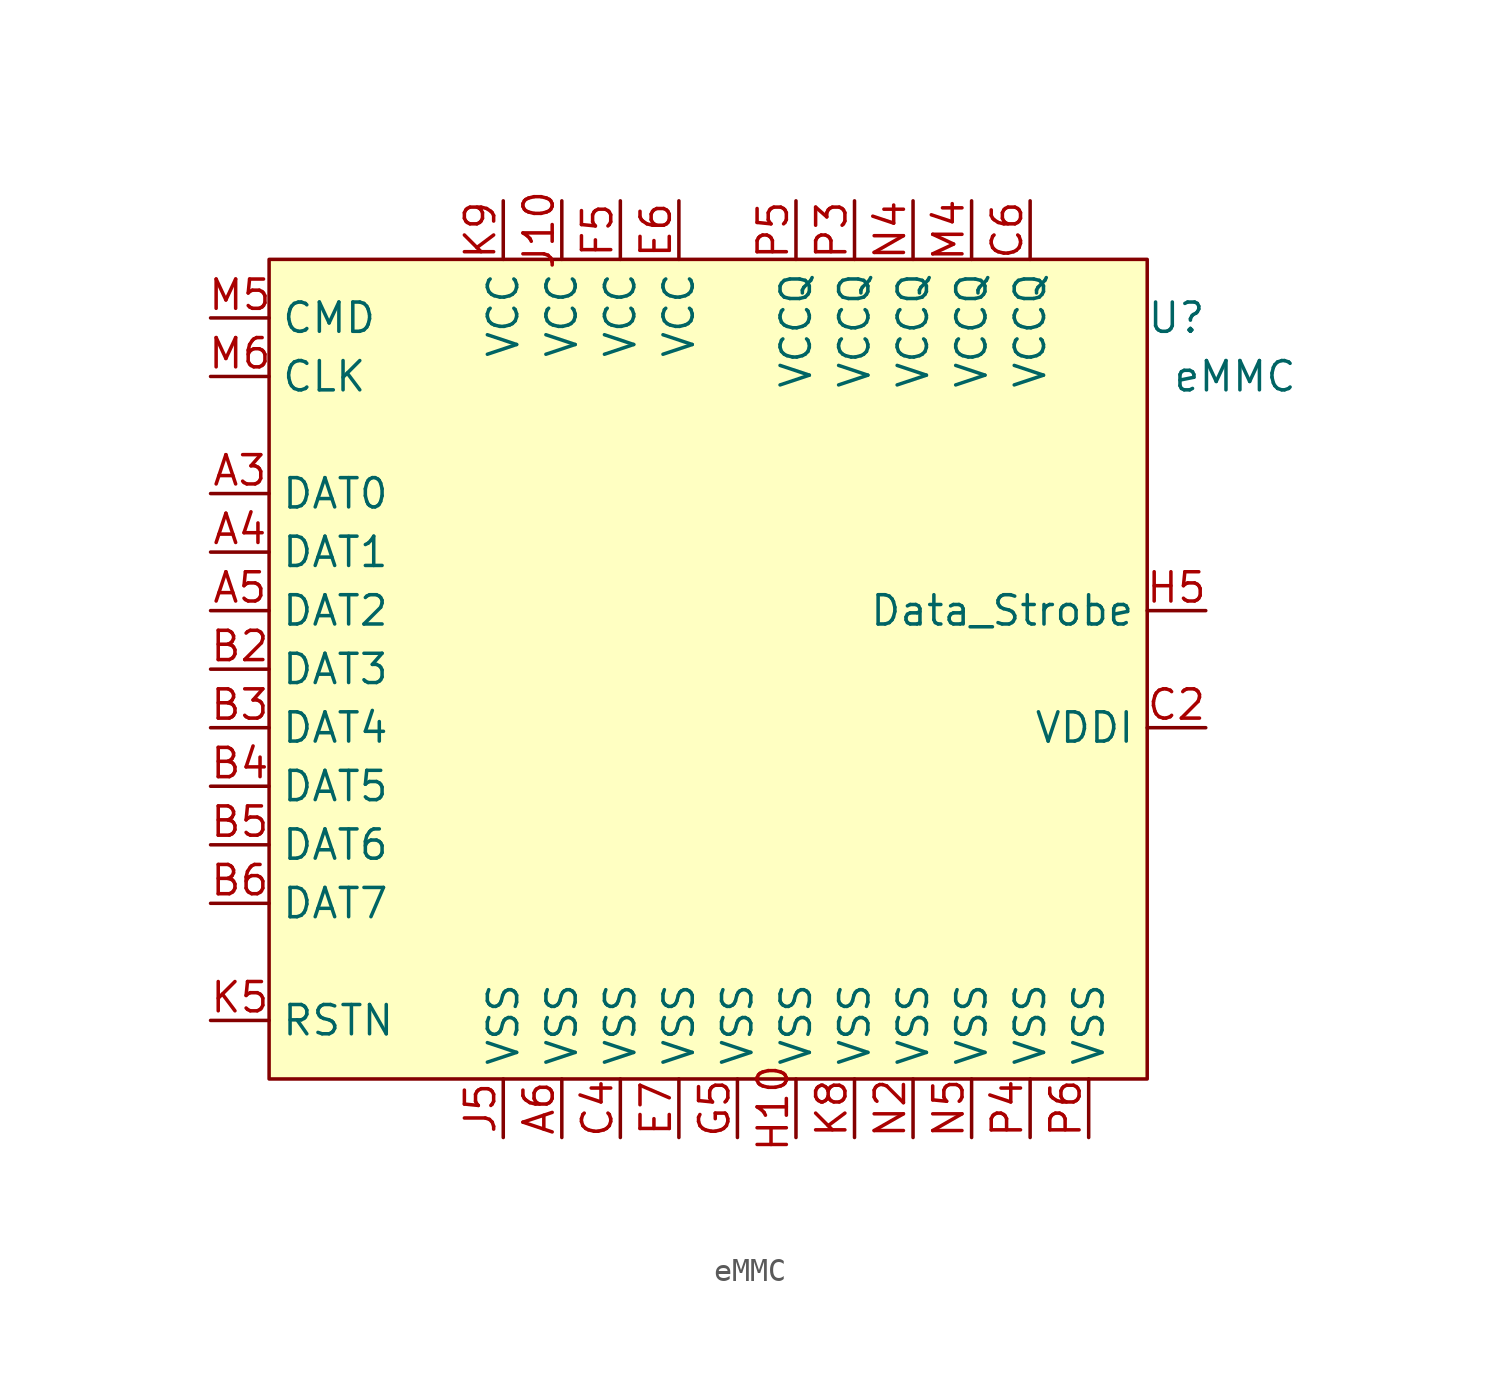
<source format=kicad_sym>
(kicad_symbol_lib
  (version 20220914)
  (generator kicad_symbol_editor)
  (symbol "eMMC"
    (property "Reference" "U"
      (at 20.32 13.97 0)
      (effects (font (size 1.27 1.27))))
    (property "Value" "eMMC"
      (at 22.86 11.43 0)
      (effects (font (size 1.27 1.27))))
    (symbol "eMMC_0_0"
      (pin unspecified line (at -21.59 6.35 0) (length 2.54) (name "DAT0" (effects (font (size 1.27 1.27)))) (number "A3" (effects (font (size 1.27 1.27)))))
      (pin unspecified line (at -21.59 3.81 0) (length 2.54) (name "DAT1" (effects (font (size 1.27 1.27)))) (number "A4" (effects (font (size 1.27 1.27)))))
      (pin unspecified line (at -21.59 1.27 0) (length 2.54) (name "DAT2" (effects (font (size 1.27 1.27)))) (number "A5" (effects (font (size 1.27 1.27)))))
      (pin unspecified line (at -6.35 -21.59 90) (length 2.54) (name "VSS" (effects (font (size 1.27 1.27)))) (number "A6" (effects (font (size 1.27 1.27)))))
      (pin unspecified line (at -21.59 -1.27 0) (length 2.54) (name "DAT3" (effects (font (size 1.27 1.27)))) (number "B2" (effects (font (size 1.27 1.27)))))
      (pin unspecified line (at -21.59 -3.81 0) (length 2.54) (name "DAT4" (effects (font (size 1.27 1.27)))) (number "B3" (effects (font (size 1.27 1.27)))))
      (pin unspecified line (at -21.59 -6.35 0) (length 2.54) (name "DAT5" (effects (font (size 1.27 1.27)))) (number "B4" (effects (font (size 1.27 1.27)))))
      (pin unspecified line (at -21.59 -8.89 0) (length 2.54) (name "DAT6" (effects (font (size 1.27 1.27)))) (number "B5" (effects (font (size 1.27 1.27)))))
      (pin unspecified line (at -21.59 -11.43 0) (length 2.54) (name "DAT7" (effects (font (size 1.27 1.27)))) (number "B6" (effects (font (size 1.27 1.27)))))
      (pin unspecified line (at 21.59 -3.81 180) (length 2.54) (name "VDDI" (effects (font (size 1.27 1.27)))) (number "C2" (effects (font (size 1.27 1.27)))))
      (pin unspecified line (at -3.81 -21.59 90) (length 2.54) (name "VSS" (effects (font (size 1.27 1.27)))) (number "C4" (effects (font (size 1.27 1.27)))))
      (pin unspecified line (at 13.97 19.05 270) (length 2.54) (name "VCCQ" (effects (font (size 1.27 1.27)))) (number "C6" (effects (font (size 1.27 1.27)))))
      (pin unspecified line (at -1.27 19.05 270) (length 2.54) (name "VCC" (effects (font (size 1.27 1.27)))) (number "E6" (effects (font (size 1.27 1.27)))))
      (pin unspecified line (at -1.27 -21.59 90) (length 2.54) (name "VSS" (effects (font (size 1.27 1.27)))) (number "E7" (effects (font (size 1.27 1.27)))))
      (pin unspecified line (at -3.81 19.05 270) (length 2.54) (name "VCC" (effects (font (size 1.27 1.27)))) (number "F5" (effects (font (size 1.27 1.27)))))
      (pin unspecified line (at 1.27 -21.59 90) (length 2.54) (name "VSS" (effects (font (size 1.27 1.27)))) (number "G5" (effects (font (size 1.27 1.27)))))
      (pin unspecified line (at 3.81 -21.59 90) (length 2.54) (name "VSS" (effects (font (size 1.27 1.27)))) (number "H10" (effects (font (size 1.27 1.27)))))
      (pin unspecified line (at 21.59 1.27 180) (length 2.54) (name "Data_Strobe" (effects (font (size 1.27 1.27)))) (number "H5" (effects (font (size 1.27 1.27)))))
      (pin unspecified line (at -6.35 19.05 270) (length 2.54) (name "VCC" (effects (font (size 1.27 1.27)))) (number "J10" (effects (font (size 1.27 1.27)))))
      (pin unspecified line (at -8.89 -21.59 90) (length 2.54) (name "VSS" (effects (font (size 1.27 1.27)))) (number "J5" (effects (font (size 1.27 1.27)))))
      (pin unspecified line (at -21.59 -16.51 0) (length 2.54) (name "RSTN" (effects (font (size 1.27 1.27)))) (number "K5" (effects (font (size 1.27 1.27)))))
      (pin unspecified line (at 6.35 -21.59 90) (length 2.54) (name "VSS" (effects (font (size 1.27 1.27)))) (number "K8" (effects (font (size 1.27 1.27)))))
      (pin unspecified line (at -8.89 19.05 270) (length 2.54) (name "VCC" (effects (font (size 1.27 1.27)))) (number "K9" (effects (font (size 1.27 1.27)))))
      (pin unspecified line (at 11.43 19.05 270) (length 2.54) (name "VCCQ" (effects (font (size 1.27 1.27)))) (number "M4" (effects (font (size 1.27 1.27)))))
      (pin unspecified line (at -21.59 13.97 0) (length 2.54) (name "CMD" (effects (font (size 1.27 1.27)))) (number "M5" (effects (font (size 1.27 1.27)))))
      (pin unspecified line (at -21.59 11.43 0) (length 2.54) (name "CLK" (effects (font (size 1.27 1.27)))) (number "M6" (effects (font (size 1.27 1.27)))))
      (pin unspecified line (at 8.89 -21.59 90) (length 2.54) (name "VSS" (effects (font (size 1.27 1.27)))) (number "N2" (effects (font (size 1.27 1.27)))))
      (pin unspecified line (at 8.89 19.05 270) (length 2.54) (name "VCCQ" (effects (font (size 1.27 1.27)))) (number "N4" (effects (font (size 1.27 1.27)))))
      (pin unspecified line (at 11.43 -21.59 90) (length 2.54) (name "VSS" (effects (font (size 1.27 1.27)))) (number "N5" (effects (font (size 1.27 1.27)))))
      (pin unspecified line (at 6.35 19.05 270) (length 2.54) (name "VCCQ" (effects (font (size 1.27 1.27)))) (number "P3" (effects (font (size 1.27 1.27)))))
      (pin unspecified line (at 13.97 -21.59 90) (length 2.54) (name "VSS" (effects (font (size 1.27 1.27)))) (number "P4" (effects (font (size 1.27 1.27)))))
      (pin unspecified line (at 3.81 19.05 270) (length 2.54) (name "VCCQ" (effects (font (size 1.27 1.27)))) (number "P5" (effects (font (size 1.27 1.27)))))
      (pin unspecified line (at 16.51 -21.59 90) (length 2.54) (name "VSS" (effects (font (size 1.27 1.27)))) (number "P6" (effects (font (size 1.27 1.27))))))
    (symbol "eMMC_1_1"
      (rectangle (start -19.05 16.51) (end 19.05 -19.05) (stroke (width 0) (type default)) (fill (type background))))))
</source>
